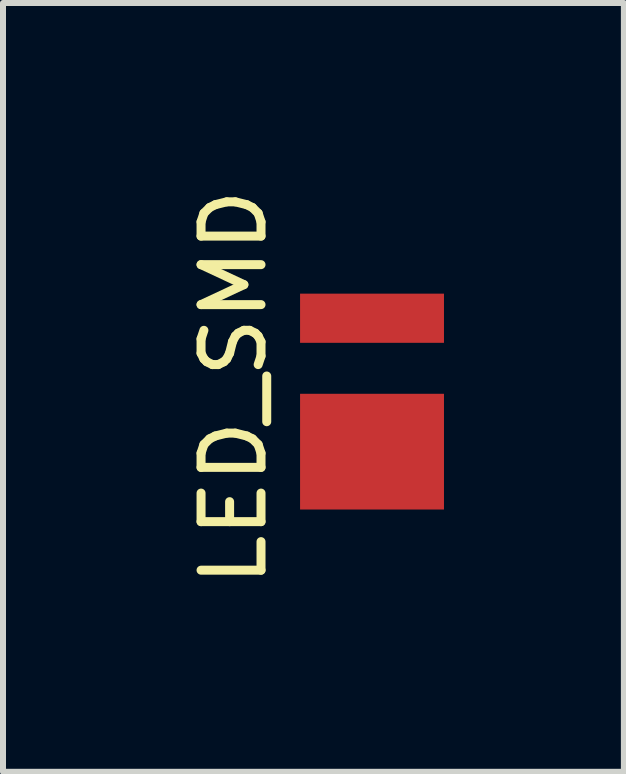
<source format=kicad_pcb>
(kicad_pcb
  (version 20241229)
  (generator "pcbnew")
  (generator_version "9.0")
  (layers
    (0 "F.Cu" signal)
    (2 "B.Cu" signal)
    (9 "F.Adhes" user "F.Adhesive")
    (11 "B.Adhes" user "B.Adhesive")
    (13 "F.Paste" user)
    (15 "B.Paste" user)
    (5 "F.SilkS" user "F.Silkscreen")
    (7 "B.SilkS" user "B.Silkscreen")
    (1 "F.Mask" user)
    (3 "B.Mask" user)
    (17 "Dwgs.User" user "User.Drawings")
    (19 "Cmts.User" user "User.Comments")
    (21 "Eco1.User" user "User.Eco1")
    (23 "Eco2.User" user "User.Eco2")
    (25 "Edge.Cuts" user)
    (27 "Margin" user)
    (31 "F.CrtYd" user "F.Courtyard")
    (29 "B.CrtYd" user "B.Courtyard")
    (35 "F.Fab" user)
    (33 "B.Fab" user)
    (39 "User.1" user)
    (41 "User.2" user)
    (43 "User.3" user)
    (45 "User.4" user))
  (footprint "LED_SMD"
    (layer "F.Cu")
    (at 3.154 3.647)
    (property "Reference" "LED_SMD" (at -2.306 -0.236 90) (layer "F.SilkS") (effects (font (size 1 1) (thickness 0.15))))
    (attr through_hole)
    (pad "1" smd rect (at 0 0.835) (size 2.4 1.93) (layers "F.Cu" "F.Mask" "F.Paste"))
    (pad "2" smd rect (at 0 -1.39) (size 2.4 0.82) (layers "F.Cu" "F.Mask" "F.Paste")))
  (gr_rect
    (start -3 -3)
    (end 7.354 9.821)
    (stroke (width 0.1) (type default))
    (fill no)
    (layer "Edge.Cuts")))
</source>
